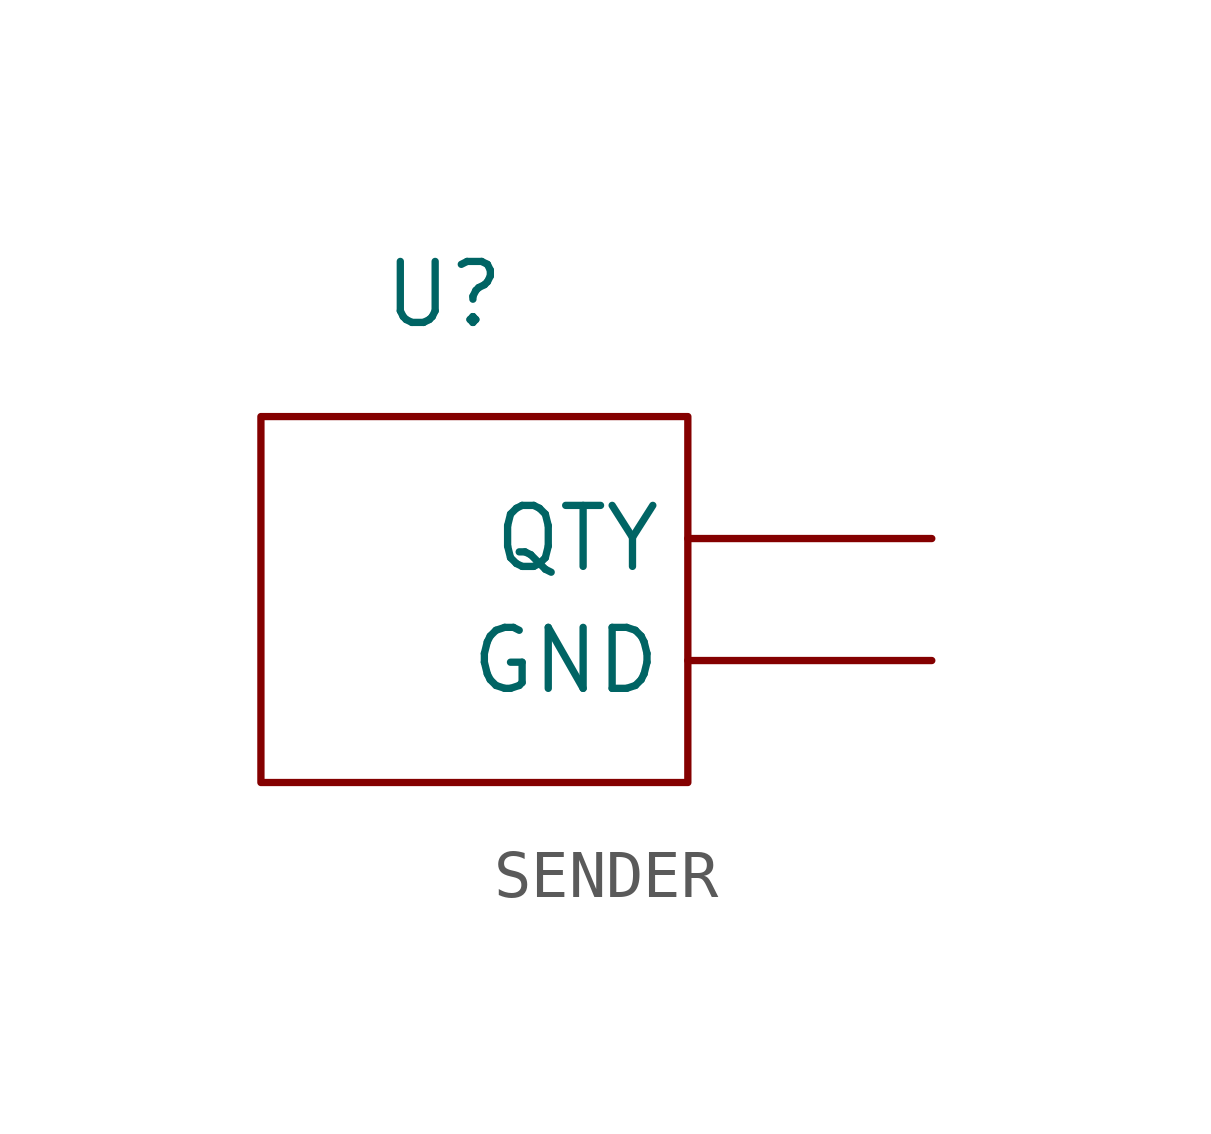
<source format=kicad_sym>
(kicad_symbol_lib
  (version 20241209)
  (generator "kicad_symbol_editor")
  (generator_version "9.0")
  (symbol "SENDER"
    (pin_numbers
      (hide yes))
    (property "Reference" "U"
      (at 0 0 0)
      (effects (font (size 1.27 1.27))))
    (property "Value" ""
      (at 0 0 0)
      (effects (font (size 1.27 1.27))))
    (symbol "SENDER_0_1"
      (rectangle (start -3.81 -2.54) (end 5.08 -10.16) (stroke (width 0) (type default)) (fill (type none))))
    (symbol "SENDER_1_0"
      (pin output line (at 10.16 -5.08 180) (length 5.08) (name "QTY" (effects (font (size 1.27 1.27)))) (number "1" (effects (font (size 1.27 1.27)))))
      (pin power_in line (at 10.16 -7.62 180) (length 5.08) (name "GND" (effects (font (size 1.27 1.27)))) (number "2" (effects (font (size 1.27 1.27))))))))
</source>
